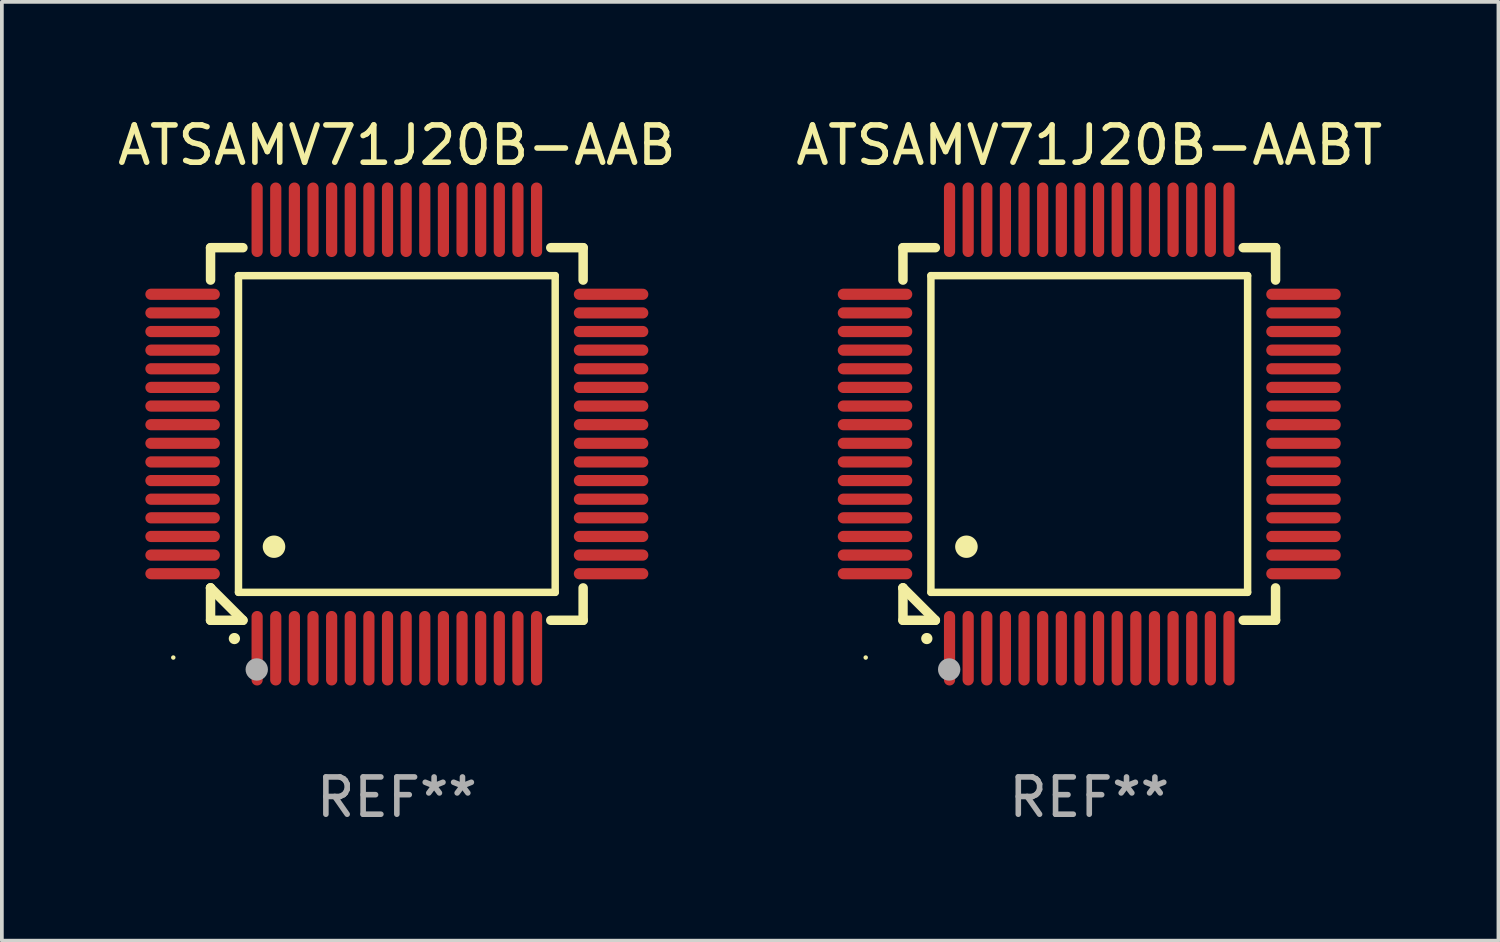
<source format=kicad_pcb>
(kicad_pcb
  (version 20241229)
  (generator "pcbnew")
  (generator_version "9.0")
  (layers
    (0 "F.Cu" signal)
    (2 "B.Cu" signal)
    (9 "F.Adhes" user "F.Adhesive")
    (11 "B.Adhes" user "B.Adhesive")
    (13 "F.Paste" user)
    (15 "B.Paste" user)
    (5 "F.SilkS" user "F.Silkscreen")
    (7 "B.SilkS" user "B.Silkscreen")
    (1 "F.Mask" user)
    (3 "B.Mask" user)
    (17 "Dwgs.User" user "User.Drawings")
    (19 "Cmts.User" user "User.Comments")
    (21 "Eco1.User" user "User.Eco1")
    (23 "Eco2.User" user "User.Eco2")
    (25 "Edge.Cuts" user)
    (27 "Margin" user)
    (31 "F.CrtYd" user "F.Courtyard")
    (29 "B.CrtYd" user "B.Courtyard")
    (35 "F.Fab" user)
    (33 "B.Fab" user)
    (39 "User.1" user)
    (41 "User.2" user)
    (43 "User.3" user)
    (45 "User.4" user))
  (footprint "ATSAMV71J20B-AAB"
    (layer "F.Cu")
    (at 7.601 8.598)
    (property "Reference" "ATSAMV71J20B-AAB" (at 0 -7.75 0) (layer "F.SilkS") (effects (font (size 1 1) (thickness 0.15))))
    (attr through_hole)
    (fp_line (start -5 -5) (end -4.131 -5) (stroke (width 0.254) (type solid)) (layer "F.SilkS"))
    (fp_line (start -5 -4.131) (end -5 -5) (stroke (width 0.254) (type solid)) (layer "F.SilkS"))
    (fp_line (start -5 4.131) (end -5 4.131) (stroke (width 0.254) (type solid)) (layer "F.SilkS"))
    (fp_line (start -5 5) (end -5 4.131) (stroke (width 0.254) (type solid)) (layer "F.SilkS"))
    (fp_line (start -5 4.131) (end -4.131 5) (stroke (width 0.254) (type solid)) (layer "F.SilkS"))
    (fp_line (start -4.25 -4.25) (end -4.25 4.25) (stroke (width 0.2) (type solid)) (layer "F.SilkS"))
    (fp_line (start -4.25 4.25) (end 4.25 4.25) (stroke (width 0.2) (type solid)) (layer "F.SilkS"))
    (fp_line (start -4.131 5) (end -5 5) (stroke (width 0.254) (type solid)) (layer "F.SilkS"))
    (fp_line (start 4.25 -4.25) (end -4.25 -4.25) (stroke (width 0.2) (type solid)) (layer "F.SilkS"))
    (fp_line (start 4.25 4.25) (end 4.25 -4.25) (stroke (width 0.2) (type solid)) (layer "F.SilkS"))
    (fp_line (start 5 -5) (end 4.131 -5) (stroke (width 0.254) (type solid)) (layer "F.SilkS"))
    (fp_line (start 5 -5) (end 5 -4.131) (stroke (width 0.254) (type solid)) (layer "F.SilkS"))
    (fp_line (start 5 4.131) (end 5 5) (stroke (width 0.254) (type solid)) (layer "F.SilkS"))
    (fp_line (start 5 5) (end 4.131 5) (stroke (width 0.254) (type solid)) (layer "F.SilkS"))
    (fp_arc (start -4.361265 5.489992) (mid -4.359995 5.489987) (end -4.358725 5.489992) (stroke (width 0.3) (type solid)) (layer "F.SilkS"))
    (fp_arc (start -3.299467 3.025146) (mid -3.296927 3.025135) (end -3.294387 3.025146) (stroke (width 0.6) (type solid)) (layer "F.SilkS"))
    (fp_circle (center -6 6) (end -5.97 6) (stroke (width 0.06) (type solid)) (fill no) (layer "F.SilkS"))
    (fp_circle (center -3.76 6.32) (end -3.61 6.32) (stroke (width 0.3) (type solid)) (fill no) (layer "F.Fab"))
    (fp_text user "REF**" (at 0 9.75 0) (layer "F.Fab") (effects (font (size 1 1) (thickness 0.15))))
    (pad "1" smd oval (at -3.75 5.75) (size 0.3 2) (layers "F.Cu" "F.Mask" "F.Paste"))
    (pad "2" smd oval (at -3.25 5.75) (size 0.3 2) (layers "F.Cu" "F.Mask" "F.Paste"))
    (pad "3" smd oval (at -2.75 5.75) (size 0.3 2) (layers "F.Cu" "F.Mask" "F.Paste"))
    (pad "4" smd oval (at -2.25 5.75) (size 0.3 2) (layers "F.Cu" "F.Mask" "F.Paste"))
    (pad "5" smd oval (at -1.75 5.75) (size 0.3 2) (layers "F.Cu" "F.Mask" "F.Paste"))
    (pad "6" smd oval (at -1.25 5.75) (size 0.3 2) (layers "F.Cu" "F.Mask" "F.Paste"))
    (pad "7" smd oval (at -0.75 5.75) (size 0.3 2) (layers "F.Cu" "F.Mask" "F.Paste"))
    (pad "8" smd oval (at -0.25 5.75) (size 0.3 2) (layers "F.Cu" "F.Mask" "F.Paste"))
    (pad "9" smd oval (at 0.25 5.75) (size 0.3 2) (layers "F.Cu" "F.Mask" "F.Paste"))
    (pad "10" smd oval (at 0.75 5.75) (size 0.3 2) (layers "F.Cu" "F.Mask" "F.Paste"))
    (pad "11" smd oval (at 1.25 5.75) (size 0.3 2) (layers "F.Cu" "F.Mask" "F.Paste"))
    (pad "12" smd oval (at 1.75 5.75) (size 0.3 2) (layers "F.Cu" "F.Mask" "F.Paste"))
    (pad "13" smd oval (at 2.25 5.75) (size 0.3 2) (layers "F.Cu" "F.Mask" "F.Paste"))
    (pad "14" smd oval (at 2.75 5.75) (size 0.3 2) (layers "F.Cu" "F.Mask" "F.Paste"))
    (pad "15" smd oval (at 3.25 5.75) (size 0.3 2) (layers "F.Cu" "F.Mask" "F.Paste"))
    (pad "16" smd oval (at 3.75 5.75) (size 0.3 2) (layers "F.Cu" "F.Mask" "F.Paste"))
    (pad "17" smd oval (at 5.75 3.75) (size 2 0.3) (layers "F.Cu" "F.Mask" "F.Paste"))
    (pad "18" smd oval (at 5.75 3.25) (size 2 0.3) (layers "F.Cu" "F.Mask" "F.Paste"))
    (pad "19" smd oval (at 5.75 2.75) (size 2 0.3) (layers "F.Cu" "F.Mask" "F.Paste"))
    (pad "20" smd oval (at 5.75 2.25) (size 2 0.3) (layers "F.Cu" "F.Mask" "F.Paste"))
    (pad "21" smd oval (at 5.75 1.75) (size 2 0.3) (layers "F.Cu" "F.Mask" "F.Paste"))
    (pad "22" smd oval (at 5.75 1.25) (size 2 0.3) (layers "F.Cu" "F.Mask" "F.Paste"))
    (pad "23" smd oval (at 5.75 0.75) (size 2 0.3) (layers "F.Cu" "F.Mask" "F.Paste"))
    (pad "24" smd oval (at 5.75 0.25) (size 2 0.3) (layers "F.Cu" "F.Mask" "F.Paste"))
    (pad "25" smd oval (at 5.75 -0.25) (size 2 0.3) (layers "F.Cu" "F.Mask" "F.Paste"))
    (pad "26" smd oval (at 5.75 -0.75) (size 2 0.3) (layers "F.Cu" "F.Mask" "F.Paste"))
    (pad "27" smd oval (at 5.75 -1.25) (size 2 0.3) (layers "F.Cu" "F.Mask" "F.Paste"))
    (pad "28" smd oval (at 5.75 -1.75) (size 2 0.3) (layers "F.Cu" "F.Mask" "F.Paste"))
    (pad "29" smd oval (at 5.75 -2.25) (size 2 0.3) (layers "F.Cu" "F.Mask" "F.Paste"))
    (pad "30" smd oval (at 5.75 -2.75) (size 2 0.3) (layers "F.Cu" "F.Mask" "F.Paste"))
    (pad "31" smd oval (at 5.75 -3.25) (size 2 0.3) (layers "F.Cu" "F.Mask" "F.Paste"))
    (pad "32" smd oval (at 5.75 -3.75) (size 2 0.3) (layers "F.Cu" "F.Mask" "F.Paste"))
    (pad "33" smd oval (at 3.75 -5.75) (size 0.3 2) (layers "F.Cu" "F.Mask" "F.Paste"))
    (pad "34" smd oval (at 3.25 -5.75) (size 0.3 2) (layers "F.Cu" "F.Mask" "F.Paste"))
    (pad "35" smd oval (at 2.75 -5.75) (size 0.3 2) (layers "F.Cu" "F.Mask" "F.Paste"))
    (pad "36" smd oval (at 2.25 -5.75) (size 0.3 2) (layers "F.Cu" "F.Mask" "F.Paste"))
    (pad "37" smd oval (at 1.75 -5.75) (size 0.3 2) (layers "F.Cu" "F.Mask" "F.Paste"))
    (pad "38" smd oval (at 1.25 -5.75) (size 0.3 2) (layers "F.Cu" "F.Mask" "F.Paste"))
    (pad "39" smd oval (at 0.75 -5.75) (size 0.3 2) (layers "F.Cu" "F.Mask" "F.Paste"))
    (pad "40" smd oval (at 0.25 -5.75) (size 0.3 2) (layers "F.Cu" "F.Mask" "F.Paste"))
    (pad "41" smd oval (at -0.25 -5.75) (size 0.3 2) (layers "F.Cu" "F.Mask" "F.Paste"))
    (pad "42" smd oval (at -0.75 -5.75) (size 0.3 2) (layers "F.Cu" "F.Mask" "F.Paste"))
    (pad "43" smd oval (at -1.25 -5.75) (size 0.3 2) (layers "F.Cu" "F.Mask" "F.Paste"))
    (pad "44" smd oval (at -1.75 -5.75) (size 0.3 2) (layers "F.Cu" "F.Mask" "F.Paste"))
    (pad "45" smd oval (at -2.25 -5.75) (size 0.3 2) (layers "F.Cu" "F.Mask" "F.Paste"))
    (pad "46" smd oval (at -2.75 -5.75) (size 0.3 2) (layers "F.Cu" "F.Mask" "F.Paste"))
    (pad "47" smd oval (at -3.25 -5.75) (size 0.3 2) (layers "F.Cu" "F.Mask" "F.Paste"))
    (pad "48" smd oval (at -3.75 -5.75) (size 0.3 2) (layers "F.Cu" "F.Mask" "F.Paste"))
    (pad "49" smd oval (at -5.75 -3.75) (size 2 0.3) (layers "F.Cu" "F.Mask" "F.Paste"))
    (pad "50" smd oval (at -5.75 -3.25) (size 2 0.3) (layers "F.Cu" "F.Mask" "F.Paste"))
    (pad "51" smd oval (at -5.75 -2.75) (size 2 0.3) (layers "F.Cu" "F.Mask" "F.Paste"))
    (pad "52" smd oval (at -5.75 -2.25) (size 2 0.3) (layers "F.Cu" "F.Mask" "F.Paste"))
    (pad "53" smd oval (at -5.75 -1.75) (size 2 0.3) (layers "F.Cu" "F.Mask" "F.Paste"))
    (pad "54" smd oval (at -5.75 -1.25) (size 2 0.3) (layers "F.Cu" "F.Mask" "F.Paste"))
    (pad "55" smd oval (at -5.75 -0.75) (size 2 0.3) (layers "F.Cu" "F.Mask" "F.Paste"))
    (pad "56" smd oval (at -5.75 -0.25) (size 2 0.3) (layers "F.Cu" "F.Mask" "F.Paste"))
    (pad "57" smd oval (at -5.75 0.25) (size 2 0.3) (layers "F.Cu" "F.Mask" "F.Paste"))
    (pad "58" smd oval (at -5.75 0.75) (size 2 0.3) (layers "F.Cu" "F.Mask" "F.Paste"))
    (pad "59" smd oval (at -5.75 1.25) (size 2 0.3) (layers "F.Cu" "F.Mask" "F.Paste"))
    (pad "60" smd oval (at -5.75 1.75) (size 2 0.3) (layers "F.Cu" "F.Mask" "F.Paste"))
    (pad "61" smd oval (at -5.75 2.25) (size 2 0.3) (layers "F.Cu" "F.Mask" "F.Paste"))
    (pad "62" smd oval (at -5.75 2.75) (size 2 0.3) (layers "F.Cu" "F.Mask" "F.Paste"))
    (pad "63" smd oval (at -5.75 3.25) (size 2 0.3) (layers "F.Cu" "F.Mask" "F.Paste"))
    (pad "64" smd oval (at -5.75 3.75) (size 2 0.3) (layers "F.Cu" "F.Mask" "F.Paste")))
  (footprint "ATSAMV71J20B-AABT"
    (layer "F.Cu")
    (at 26.185 8.598)
    (property "Reference" "ATSAMV71J20B-AABT" (at 0 -7.75 0) (layer "F.SilkS") (effects (font (size 1 1) (thickness 0.15))))
    (attr through_hole)
    (fp_line (start -5 -5) (end -4.131 -5) (stroke (width 0.254) (type solid)) (layer "F.SilkS"))
    (fp_line (start -5 -4.131) (end -5 -5) (stroke (width 0.254) (type solid)) (layer "F.SilkS"))
    (fp_line (start -5 4.131) (end -5 4.131) (stroke (width 0.254) (type solid)) (layer "F.SilkS"))
    (fp_line (start -5 5) (end -5 4.131) (stroke (width 0.254) (type solid)) (layer "F.SilkS"))
    (fp_line (start -5 4.131) (end -4.131 5) (stroke (width 0.254) (type solid)) (layer "F.SilkS"))
    (fp_line (start -4.25 -4.25) (end -4.25 4.25) (stroke (width 0.2) (type solid)) (layer "F.SilkS"))
    (fp_line (start -4.25 4.25) (end 4.25 4.25) (stroke (width 0.2) (type solid)) (layer "F.SilkS"))
    (fp_line (start -4.131 5) (end -5 5) (stroke (width 0.254) (type solid)) (layer "F.SilkS"))
    (fp_line (start 4.25 -4.25) (end -4.25 -4.25) (stroke (width 0.2) (type solid)) (layer "F.SilkS"))
    (fp_line (start 4.25 4.25) (end 4.25 -4.25) (stroke (width 0.2) (type solid)) (layer "F.SilkS"))
    (fp_line (start 5 -5) (end 4.131 -5) (stroke (width 0.254) (type solid)) (layer "F.SilkS"))
    (fp_line (start 5 -5) (end 5 -4.131) (stroke (width 0.254) (type solid)) (layer "F.SilkS"))
    (fp_line (start 5 4.131) (end 5 5) (stroke (width 0.254) (type solid)) (layer "F.SilkS"))
    (fp_line (start 5 5) (end 4.131 5) (stroke (width 0.254) (type solid)) (layer "F.SilkS"))
    (fp_arc (start -4.361265 5.489992) (mid -4.359995 5.489987) (end -4.358725 5.489992) (stroke (width 0.3) (type solid)) (layer "F.SilkS"))
    (fp_arc (start -3.299467 3.025146) (mid -3.296927 3.025135) (end -3.294387 3.025146) (stroke (width 0.6) (type solid)) (layer "F.SilkS"))
    (fp_circle (center -6 6) (end -5.97 6) (stroke (width 0.06) (type solid)) (fill no) (layer "F.SilkS"))
    (fp_circle (center -3.76 6.32) (end -3.61 6.32) (stroke (width 0.3) (type solid)) (fill no) (layer "F.Fab"))
    (fp_text user "REF**" (at 0 9.75 0) (layer "F.Fab") (effects (font (size 1 1) (thickness 0.15))))
    (pad "1" smd oval (at -3.75 5.75) (size 0.3 2) (layers "F.Cu" "F.Mask" "F.Paste"))
    (pad "2" smd oval (at -3.25 5.75) (size 0.3 2) (layers "F.Cu" "F.Mask" "F.Paste"))
    (pad "3" smd oval (at -2.75 5.75) (size 0.3 2) (layers "F.Cu" "F.Mask" "F.Paste"))
    (pad "4" smd oval (at -2.25 5.75) (size 0.3 2) (layers "F.Cu" "F.Mask" "F.Paste"))
    (pad "5" smd oval (at -1.75 5.75) (size 0.3 2) (layers "F.Cu" "F.Mask" "F.Paste"))
    (pad "6" smd oval (at -1.25 5.75) (size 0.3 2) (layers "F.Cu" "F.Mask" "F.Paste"))
    (pad "7" smd oval (at -0.75 5.75) (size 0.3 2) (layers "F.Cu" "F.Mask" "F.Paste"))
    (pad "8" smd oval (at -0.25 5.75) (size 0.3 2) (layers "F.Cu" "F.Mask" "F.Paste"))
    (pad "9" smd oval (at 0.25 5.75) (size 0.3 2) (layers "F.Cu" "F.Mask" "F.Paste"))
    (pad "10" smd oval (at 0.75 5.75) (size 0.3 2) (layers "F.Cu" "F.Mask" "F.Paste"))
    (pad "11" smd oval (at 1.25 5.75) (size 0.3 2) (layers "F.Cu" "F.Mask" "F.Paste"))
    (pad "12" smd oval (at 1.75 5.75) (size 0.3 2) (layers "F.Cu" "F.Mask" "F.Paste"))
    (pad "13" smd oval (at 2.25 5.75) (size 0.3 2) (layers "F.Cu" "F.Mask" "F.Paste"))
    (pad "14" smd oval (at 2.75 5.75) (size 0.3 2) (layers "F.Cu" "F.Mask" "F.Paste"))
    (pad "15" smd oval (at 3.25 5.75) (size 0.3 2) (layers "F.Cu" "F.Mask" "F.Paste"))
    (pad "16" smd oval (at 3.75 5.75) (size 0.3 2) (layers "F.Cu" "F.Mask" "F.Paste"))
    (pad "17" smd oval (at 5.75 3.75) (size 2 0.3) (layers "F.Cu" "F.Mask" "F.Paste"))
    (pad "18" smd oval (at 5.75 3.25) (size 2 0.3) (layers "F.Cu" "F.Mask" "F.Paste"))
    (pad "19" smd oval (at 5.75 2.75) (size 2 0.3) (layers "F.Cu" "F.Mask" "F.Paste"))
    (pad "20" smd oval (at 5.75 2.25) (size 2 0.3) (layers "F.Cu" "F.Mask" "F.Paste"))
    (pad "21" smd oval (at 5.75 1.75) (size 2 0.3) (layers "F.Cu" "F.Mask" "F.Paste"))
    (pad "22" smd oval (at 5.75 1.25) (size 2 0.3) (layers "F.Cu" "F.Mask" "F.Paste"))
    (pad "23" smd oval (at 5.75 0.75) (size 2 0.3) (layers "F.Cu" "F.Mask" "F.Paste"))
    (pad "24" smd oval (at 5.75 0.25) (size 2 0.3) (layers "F.Cu" "F.Mask" "F.Paste"))
    (pad "25" smd oval (at 5.75 -0.25) (size 2 0.3) (layers "F.Cu" "F.Mask" "F.Paste"))
    (pad "26" smd oval (at 5.75 -0.75) (size 2 0.3) (layers "F.Cu" "F.Mask" "F.Paste"))
    (pad "27" smd oval (at 5.75 -1.25) (size 2 0.3) (layers "F.Cu" "F.Mask" "F.Paste"))
    (pad "28" smd oval (at 5.75 -1.75) (size 2 0.3) (layers "F.Cu" "F.Mask" "F.Paste"))
    (pad "29" smd oval (at 5.75 -2.25) (size 2 0.3) (layers "F.Cu" "F.Mask" "F.Paste"))
    (pad "30" smd oval (at 5.75 -2.75) (size 2 0.3) (layers "F.Cu" "F.Mask" "F.Paste"))
    (pad "31" smd oval (at 5.75 -3.25) (size 2 0.3) (layers "F.Cu" "F.Mask" "F.Paste"))
    (pad "32" smd oval (at 5.75 -3.75) (size 2 0.3) (layers "F.Cu" "F.Mask" "F.Paste"))
    (pad "33" smd oval (at 3.75 -5.75) (size 0.3 2) (layers "F.Cu" "F.Mask" "F.Paste"))
    (pad "34" smd oval (at 3.25 -5.75) (size 0.3 2) (layers "F.Cu" "F.Mask" "F.Paste"))
    (pad "35" smd oval (at 2.75 -5.75) (size 0.3 2) (layers "F.Cu" "F.Mask" "F.Paste"))
    (pad "36" smd oval (at 2.25 -5.75) (size 0.3 2) (layers "F.Cu" "F.Mask" "F.Paste"))
    (pad "37" smd oval (at 1.75 -5.75) (size 0.3 2) (layers "F.Cu" "F.Mask" "F.Paste"))
    (pad "38" smd oval (at 1.25 -5.75) (size 0.3 2) (layers "F.Cu" "F.Mask" "F.Paste"))
    (pad "39" smd oval (at 0.75 -5.75) (size 0.3 2) (layers "F.Cu" "F.Mask" "F.Paste"))
    (pad "40" smd oval (at 0.25 -5.75) (size 0.3 2) (layers "F.Cu" "F.Mask" "F.Paste"))
    (pad "41" smd oval (at -0.25 -5.75) (size 0.3 2) (layers "F.Cu" "F.Mask" "F.Paste"))
    (pad "42" smd oval (at -0.75 -5.75) (size 0.3 2) (layers "F.Cu" "F.Mask" "F.Paste"))
    (pad "43" smd oval (at -1.25 -5.75) (size 0.3 2) (layers "F.Cu" "F.Mask" "F.Paste"))
    (pad "44" smd oval (at -1.75 -5.75) (size 0.3 2) (layers "F.Cu" "F.Mask" "F.Paste"))
    (pad "45" smd oval (at -2.25 -5.75) (size 0.3 2) (layers "F.Cu" "F.Mask" "F.Paste"))
    (pad "46" smd oval (at -2.75 -5.75) (size 0.3 2) (layers "F.Cu" "F.Mask" "F.Paste"))
    (pad "47" smd oval (at -3.25 -5.75) (size 0.3 2) (layers "F.Cu" "F.Mask" "F.Paste"))
    (pad "48" smd oval (at -3.75 -5.75) (size 0.3 2) (layers "F.Cu" "F.Mask" "F.Paste"))
    (pad "49" smd oval (at -5.75 -3.75) (size 2 0.3) (layers "F.Cu" "F.Mask" "F.Paste"))
    (pad "50" smd oval (at -5.75 -3.25) (size 2 0.3) (layers "F.Cu" "F.Mask" "F.Paste"))
    (pad "51" smd oval (at -5.75 -2.75) (size 2 0.3) (layers "F.Cu" "F.Mask" "F.Paste"))
    (pad "52" smd oval (at -5.75 -2.25) (size 2 0.3) (layers "F.Cu" "F.Mask" "F.Paste"))
    (pad "53" smd oval (at -5.75 -1.75) (size 2 0.3) (layers "F.Cu" "F.Mask" "F.Paste"))
    (pad "54" smd oval (at -5.75 -1.25) (size 2 0.3) (layers "F.Cu" "F.Mask" "F.Paste"))
    (pad "55" smd oval (at -5.75 -0.75) (size 2 0.3) (layers "F.Cu" "F.Mask" "F.Paste"))
    (pad "56" smd oval (at -5.75 -0.25) (size 2 0.3) (layers "F.Cu" "F.Mask" "F.Paste"))
    (pad "57" smd oval (at -5.75 0.25) (size 2 0.3) (layers "F.Cu" "F.Mask" "F.Paste"))
    (pad "58" smd oval (at -5.75 0.75) (size 2 0.3) (layers "F.Cu" "F.Mask" "F.Paste"))
    (pad "59" smd oval (at -5.75 1.25) (size 2 0.3) (layers "F.Cu" "F.Mask" "F.Paste"))
    (pad "60" smd oval (at -5.75 1.75) (size 2 0.3) (layers "F.Cu" "F.Mask" "F.Paste"))
    (pad "61" smd oval (at -5.75 2.25) (size 2 0.3) (layers "F.Cu" "F.Mask" "F.Paste"))
    (pad "62" smd oval (at -5.75 2.75) (size 2 0.3) (layers "F.Cu" "F.Mask" "F.Paste"))
    (pad "63" smd oval (at -5.75 3.25) (size 2 0.3) (layers "F.Cu" "F.Mask" "F.Paste"))
    (pad "64" smd oval (at -5.75 3.75) (size 2 0.3) (layers "F.Cu" "F.Mask" "F.Paste")))
  (gr_rect
    (start -3 -3)
    (end 37.167 22.196)
    (stroke (width 0.1) (type default))
    (fill no)
    (layer "Edge.Cuts")))
</source>
